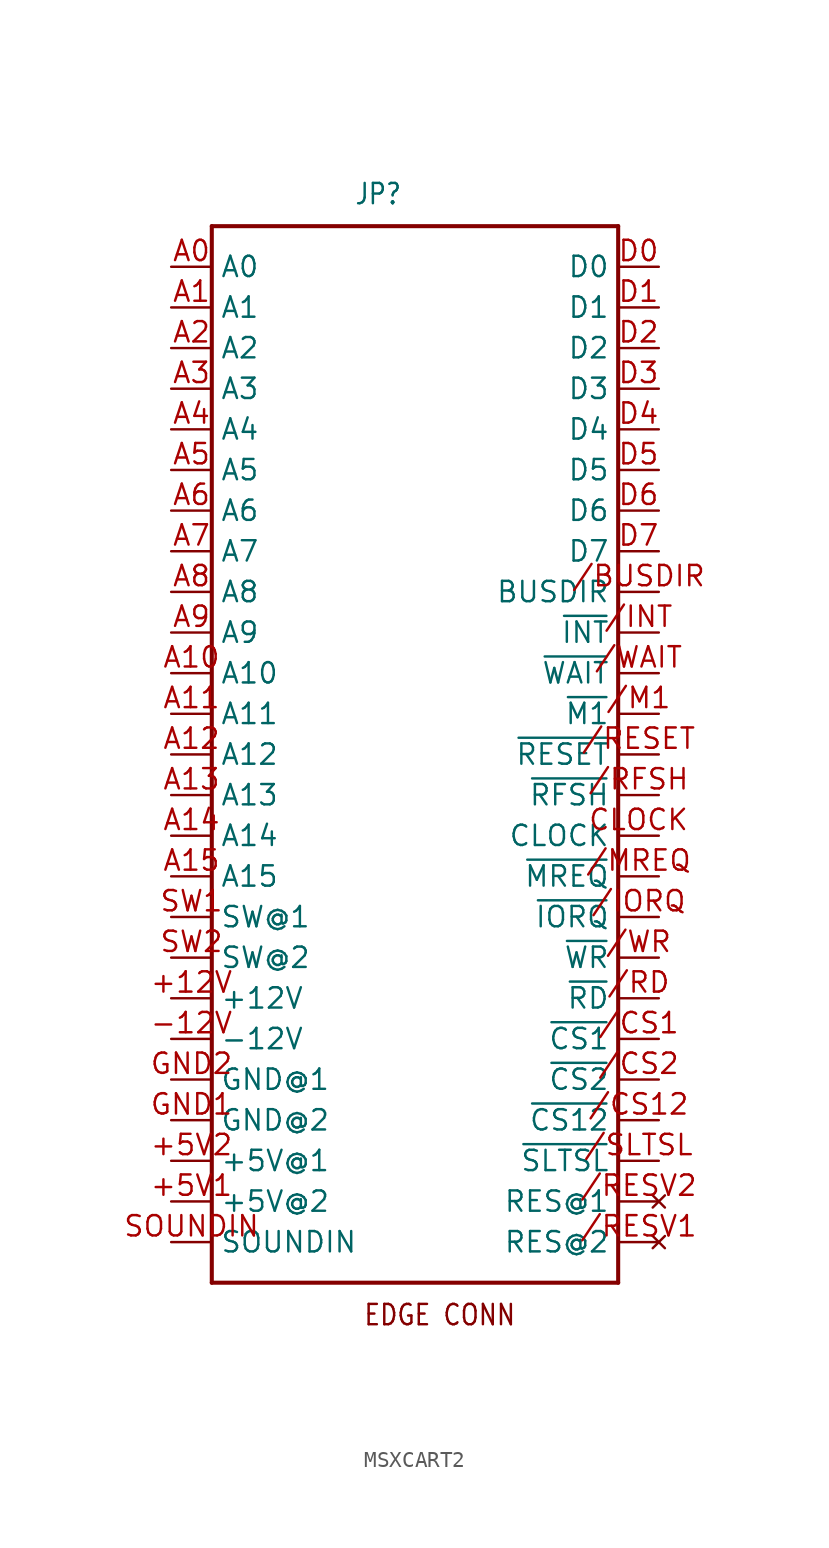
<source format=kicad_sym>
(kicad_symbol_lib
  (version 20211014)
  (generator kicad_symbol_editor)
  (symbol "MSXCART2"
    (property "Reference" "JP"
      (at -3.81 34.29 0)
      (effects (font (size 1.27 1.079)) (justify left bottom)))
    (property "ki_locked" ""
      (at 0 0 0)
      (effects (font (size 1.27 1.27))))
    (symbol "MSXCART2_1_0"
      (polyline (pts (xy -12.7 -33.02) (xy -12.7 33.02)) (stroke (width 0.254) (type default) (color 0 0 0 0)) (fill (type none)))
      (polyline (pts (xy -12.7 33.02) (xy 12.7 33.02)) (stroke (width 0.254) (type default) (color 0 0 0 0)) (fill (type none)))
      (polyline (pts (xy 12.7 -33.02) (xy -12.7 -33.02)) (stroke (width 0.254) (type default) (color 0 0 0 0)) (fill (type none)))
      (polyline (pts (xy 12.7 33.02) (xy 12.7 -33.02)) (stroke (width 0.254) (type default) (color 0 0 0 0)) (fill (type none)))
      (text "EDGE CONN" (at 6.35 -34.29 0) (effects (font (size 1.27 1.079)) (justify right top)))
      (pin power_in line (at -15.24 -15.24 0) (length 2.54) (name "+12V" (effects (font (size 1.27 1.27)))) (number "+12V" (effects (font (size 1.27 1.27)))))
      (pin power_in line (at -15.24 -27.94 0) (length 2.54) (name "+5V@2" (effects (font (size 1.27 1.27)))) (number "+5V1" (effects (font (size 1.27 1.27)))))
      (pin power_in line (at -15.24 -25.4 0) (length 2.54) (name "+5V@1" (effects (font (size 1.27 1.27)))) (number "+5V2" (effects (font (size 1.27 1.27)))))
      (pin power_in line (at -15.24 -17.78 0) (length 2.54) (name "-12V" (effects (font (size 1.27 1.27)))) (number "-12V" (effects (font (size 1.27 1.27)))))
      (pin input line (at 15.24 10.16 180) (length 2.54) (name "BUSDIR" (effects (font (size 1.27 1.27)))) (number "/BUSDIR" (effects (font (size 1.27 1.27)))))
      (pin output line (at 15.24 -17.78 180) (length 2.54) (name "~{CS1}" (effects (font (size 1.27 1.27)))) (number "/CS1" (effects (font (size 1.27 1.27)))))
      (pin output line (at 15.24 -22.86 180) (length 2.54) (name "~{CS12}" (effects (font (size 1.27 1.27)))) (number "/CS12" (effects (font (size 1.27 1.27)))))
      (pin output line (at 15.24 -20.32 180) (length 2.54) (name "~{CS2}" (effects (font (size 1.27 1.27)))) (number "/CS2" (effects (font (size 1.27 1.27)))))
      (pin open_collector line (at 15.24 7.62 180) (length 2.54) (name "~{INT}" (effects (font (size 1.27 1.27)))) (number "/INT" (effects (font (size 1.27 1.27)))))
      (pin output line (at 15.24 -10.16 180) (length 2.54) (name "~{IORQ}" (effects (font (size 1.27 1.27)))) (number "/IORQ" (effects (font (size 1.27 1.27)))))
      (pin output line (at 15.24 2.54 180) (length 2.54) (name "~{M1}" (effects (font (size 1.27 1.27)))) (number "/M1" (effects (font (size 1.27 1.27)))))
      (pin output line (at 15.24 -7.62 180) (length 2.54) (name "~{MREQ}" (effects (font (size 1.27 1.27)))) (number "/MREQ" (effects (font (size 1.27 1.27)))))
      (pin output line (at 15.24 -15.24 180) (length 2.54) (name "~{RD}" (effects (font (size 1.27 1.27)))) (number "/RD" (effects (font (size 1.27 1.27)))))
      (pin output line (at 15.24 0 180) (length 2.54) (name "~{RESET}" (effects (font (size 1.27 1.27)))) (number "/RESET" (effects (font (size 1.27 1.27)))))
      (pin no_connect line (at 15.24 -30.48 180) (length 2.54) (name "RES@2" (effects (font (size 1.27 1.27)))) (number "/RESV1" (effects (font (size 1.27 1.27)))))
      (pin no_connect line (at 15.24 -27.94 180) (length 2.54) (name "RES@1" (effects (font (size 1.27 1.27)))) (number "/RESV2" (effects (font (size 1.27 1.27)))))
      (pin output line (at 15.24 -2.54 180) (length 2.54) (name "~{RFSH}" (effects (font (size 1.27 1.27)))) (number "/RFSH" (effects (font (size 1.27 1.27)))))
      (pin output line (at 15.24 -25.4 180) (length 2.54) (name "~{SLTSL}" (effects (font (size 1.27 1.27)))) (number "/SLTSL" (effects (font (size 1.27 1.27)))))
      (pin open_collector line (at 15.24 5.08 180) (length 2.54) (name "~{WAIT}" (effects (font (size 1.27 1.27)))) (number "/WAIT" (effects (font (size 1.27 1.27)))))
      (pin output line (at 15.24 -12.7 180) (length 2.54) (name "~{WR}" (effects (font (size 1.27 1.27)))) (number "/WR" (effects (font (size 1.27 1.27)))))
      (pin output line (at -15.24 30.48 0) (length 2.54) (name "A0" (effects (font (size 1.27 1.27)))) (number "A0" (effects (font (size 1.27 1.27)))))
      (pin output line (at -15.24 27.94 0) (length 2.54) (name "A1" (effects (font (size 1.27 1.27)))) (number "A1" (effects (font (size 1.27 1.27)))))
      (pin output line (at -15.24 5.08 0) (length 2.54) (name "A10" (effects (font (size 1.27 1.27)))) (number "A10" (effects (font (size 1.27 1.27)))))
      (pin output line (at -15.24 2.54 0) (length 2.54) (name "A11" (effects (font (size 1.27 1.27)))) (number "A11" (effects (font (size 1.27 1.27)))))
      (pin output line (at -15.24 0 0) (length 2.54) (name "A12" (effects (font (size 1.27 1.27)))) (number "A12" (effects (font (size 1.27 1.27)))))
      (pin output line (at -15.24 -2.54 0) (length 2.54) (name "A13" (effects (font (size 1.27 1.27)))) (number "A13" (effects (font (size 1.27 1.27)))))
      (pin output line (at -15.24 -5.08 0) (length 2.54) (name "A14" (effects (font (size 1.27 1.27)))) (number "A14" (effects (font (size 1.27 1.27)))))
      (pin output line (at -15.24 -7.62 0) (length 2.54) (name "A15" (effects (font (size 1.27 1.27)))) (number "A15" (effects (font (size 1.27 1.27)))))
      (pin output line (at -15.24 25.4 0) (length 2.54) (name "A2" (effects (font (size 1.27 1.27)))) (number "A2" (effects (font (size 1.27 1.27)))))
      (pin output line (at -15.24 22.86 0) (length 2.54) (name "A3" (effects (font (size 1.27 1.27)))) (number "A3" (effects (font (size 1.27 1.27)))))
      (pin output line (at -15.24 20.32 0) (length 2.54) (name "A4" (effects (font (size 1.27 1.27)))) (number "A4" (effects (font (size 1.27 1.27)))))
      (pin output line (at -15.24 17.78 0) (length 2.54) (name "A5" (effects (font (size 1.27 1.27)))) (number "A5" (effects (font (size 1.27 1.27)))))
      (pin output line (at -15.24 15.24 0) (length 2.54) (name "A6" (effects (font (size 1.27 1.27)))) (number "A6" (effects (font (size 1.27 1.27)))))
      (pin output line (at -15.24 12.7 0) (length 2.54) (name "A7" (effects (font (size 1.27 1.27)))) (number "A7" (effects (font (size 1.27 1.27)))))
      (pin output line (at -15.24 10.16 0) (length 2.54) (name "A8" (effects (font (size 1.27 1.27)))) (number "A8" (effects (font (size 1.27 1.27)))))
      (pin output line (at -15.24 7.62 0) (length 2.54) (name "A9" (effects (font (size 1.27 1.27)))) (number "A9" (effects (font (size 1.27 1.27)))))
      (pin output line (at 15.24 -5.08 180) (length 2.54) (name "CLOCK" (effects (font (size 1.27 1.27)))) (number "CLOCK" (effects (font (size 1.27 1.27)))))
      (pin bidirectional line (at 15.24 30.48 180) (length 2.54) (name "D0" (effects (font (size 1.27 1.27)))) (number "D0" (effects (font (size 1.27 1.27)))))
      (pin bidirectional line (at 15.24 27.94 180) (length 2.54) (name "D1" (effects (font (size 1.27 1.27)))) (number "D1" (effects (font (size 1.27 1.27)))))
      (pin bidirectional line (at 15.24 25.4 180) (length 2.54) (name "D2" (effects (font (size 1.27 1.27)))) (number "D2" (effects (font (size 1.27 1.27)))))
      (pin bidirectional line (at 15.24 22.86 180) (length 2.54) (name "D3" (effects (font (size 1.27 1.27)))) (number "D3" (effects (font (size 1.27 1.27)))))
      (pin bidirectional line (at 15.24 20.32 180) (length 2.54) (name "D4" (effects (font (size 1.27 1.27)))) (number "D4" (effects (font (size 1.27 1.27)))))
      (pin bidirectional line (at 15.24 17.78 180) (length 2.54) (name "D5" (effects (font (size 1.27 1.27)))) (number "D5" (effects (font (size 1.27 1.27)))))
      (pin bidirectional line (at 15.24 15.24 180) (length 2.54) (name "D6" (effects (font (size 1.27 1.27)))) (number "D6" (effects (font (size 1.27 1.27)))))
      (pin bidirectional line (at 15.24 12.7 180) (length 2.54) (name "D7" (effects (font (size 1.27 1.27)))) (number "D7" (effects (font (size 1.27 1.27)))))
      (pin power_in line (at -15.24 -22.86 0) (length 2.54) (name "GND@2" (effects (font (size 1.27 1.27)))) (number "GND1" (effects (font (size 1.27 1.27)))))
      (pin power_in line (at -15.24 -20.32 0) (length 2.54) (name "GND@1" (effects (font (size 1.27 1.27)))) (number "GND2" (effects (font (size 1.27 1.27)))))
      (pin passive line (at -15.24 -30.48 0) (length 2.54) (name "SOUNDIN" (effects (font (size 1.27 1.27)))) (number "SOUNDIN" (effects (font (size 1.27 1.27)))))
      (pin passive line (at -15.24 -10.16 0) (length 2.54) (name "SW@1" (effects (font (size 1.27 1.27)))) (number "SW1" (effects (font (size 1.27 1.27)))))
      (pin passive line (at -15.24 -12.7 0) (length 2.54) (name "SW@2" (effects (font (size 1.27 1.27)))) (number "SW2" (effects (font (size 1.27 1.27))))))))
</source>
